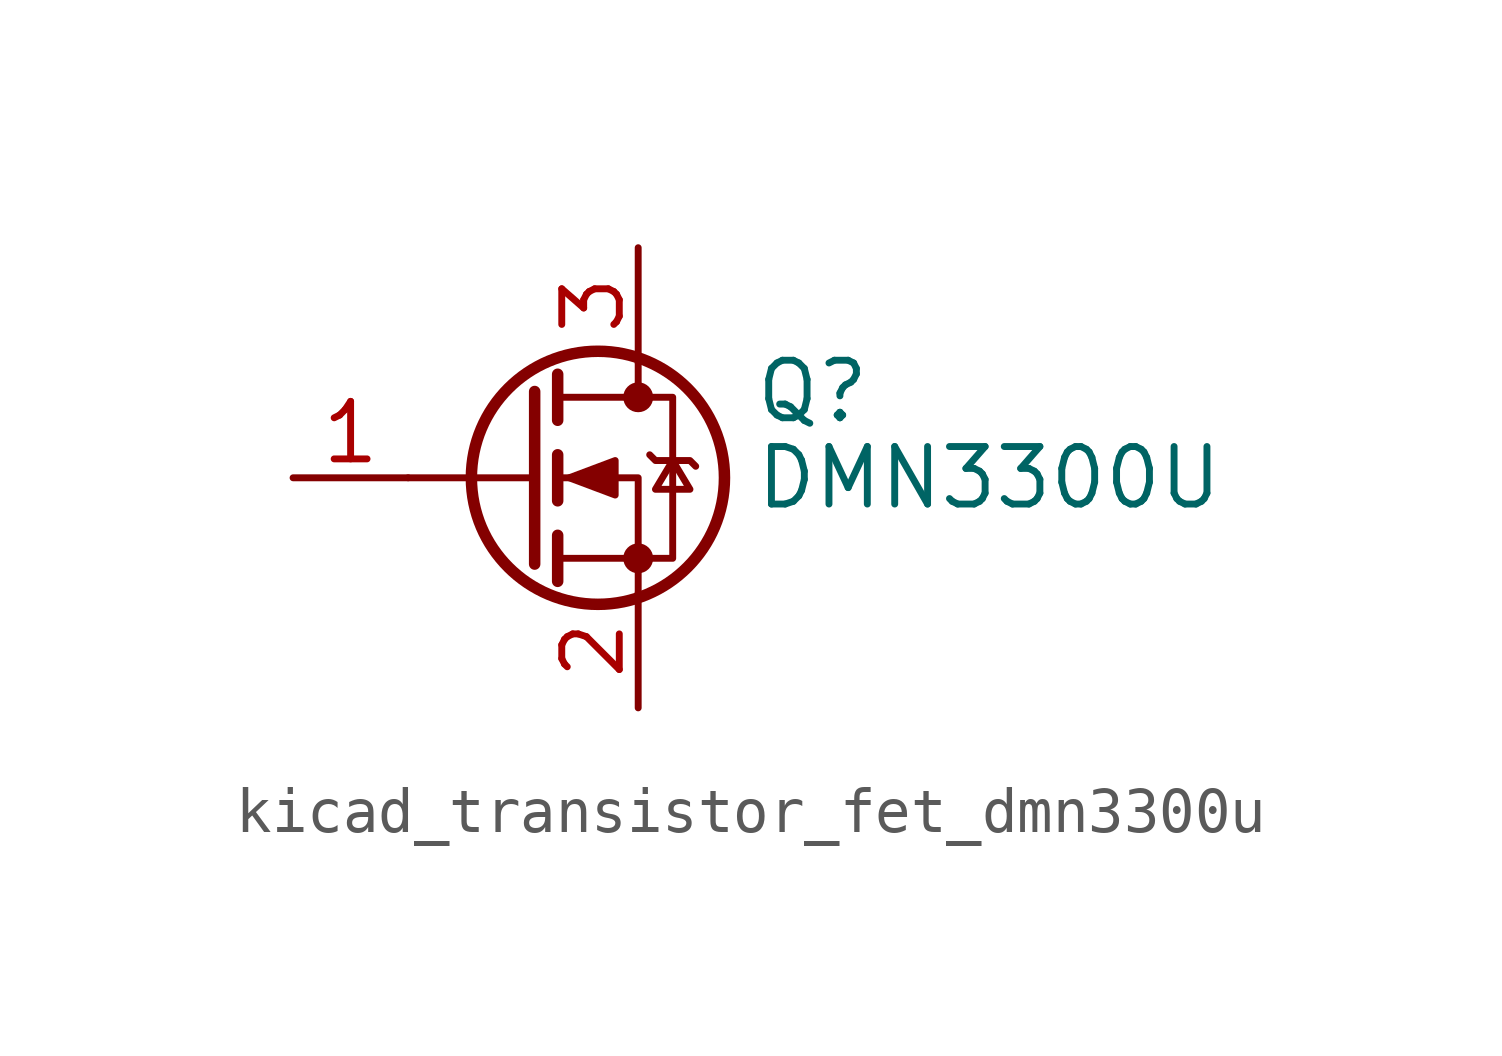
<source format=kicad_sym>
(kicad_symbol_lib
  (version 20220914)
  (generator kicad_symbol_editor)
  (symbol "kicad_transistor_fet_dmn3300u"
    (pin_names hide)
    (property "Reference" "Q"
      (at 5.08 1.905 0)
      (effects (font (size 1.27 1.27)) (justify left)))
    (property "Value" "DMN3300U"
      (at 5.08 0 0)
      (effects (font (size 1.27 1.27)) (justify left)))
    (symbol "kicad_transistor_fet_dmn3300u_0_1"
      (polyline (pts (xy 0.254 0) (xy -2.54 0)) (stroke (width 0) (type default)) (fill (type none)))
      (polyline (pts (xy 0.254 1.905) (xy 0.254 -1.905)) (stroke (width 0.254) (type default)) (fill (type none)))
      (polyline (pts (xy 0.762 -1.27) (xy 0.762 -2.286)) (stroke (width 0.254) (type default)) (fill (type none)))
      (polyline (pts (xy 0.762 0.508) (xy 0.762 -0.508)) (stroke (width 0.254) (type default)) (fill (type none)))
      (polyline (pts (xy 0.762 2.286) (xy 0.762 1.27)) (stroke (width 0.254) (type default)) (fill (type none)))
      (polyline (pts (xy 2.54 2.54) (xy 2.54 1.778)) (stroke (width 0) (type default)) (fill (type none)))
      (polyline (pts (xy 2.54 -2.54) (xy 2.54 0) (xy 0.762 0)) (stroke (width 0) (type default)) (fill (type none)))
      (polyline (pts (xy 0.762 -1.778) (xy 3.302 -1.778) (xy 3.302 1.778) (xy 0.762 1.778)) (stroke (width 0) (type default)) (fill (type none)))
      (polyline (pts (xy 1.016 0) (xy 2.032 0.381) (xy 2.032 -0.381) (xy 1.016 0)) (stroke (width 0) (type default)) (fill (type outline)))
      (polyline (pts (xy 2.794 0.508) (xy 2.921 0.381) (xy 3.683 0.381) (xy 3.81 0.254)) (stroke (width 0) (type default)) (fill (type none)))
      (polyline (pts (xy 3.302 0.381) (xy 2.921 -0.254) (xy 3.683 -0.254) (xy 3.302 0.381)) (stroke (width 0) (type default)) (fill (type none)))
      (circle (center 1.651 0) (radius 2.794) (stroke (width 0.254) (type default)) (fill (type none)))
      (circle (center 2.54 -1.778) (radius 0.254) (stroke (width 0) (type default)) (fill (type outline)))
      (circle (center 2.54 1.778) (radius 0.254) (stroke (width 0) (type default)) (fill (type outline))))
    (symbol "kicad_transistor_fet_dmn3300u_1_1"
      (pin input line (at -5.08 0 0) (length 2.54) (name "G" (effects (font (size 1.27 1.27)))) (number "1" (effects (font (size 1.27 1.27)))))
      (pin passive line (at 2.54 -5.08 90) (length 2.54) (name "S" (effects (font (size 1.27 1.27)))) (number "2" (effects (font (size 1.27 1.27)))))
      (pin passive line (at 2.54 5.08 270) (length 2.54) (name "D" (effects (font (size 1.27 1.27)))) (number "3" (effects (font (size 1.27 1.27))))))))
</source>
